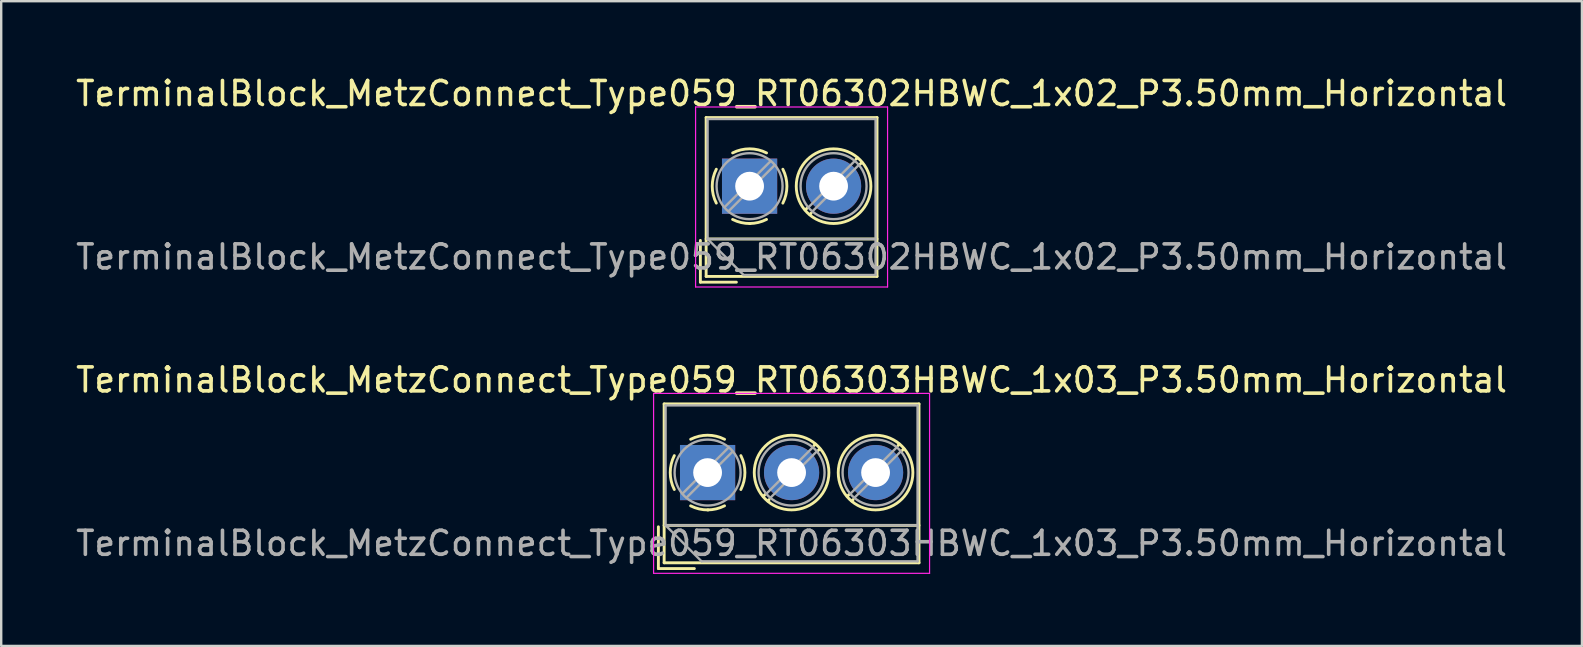
<source format=kicad_pcb>
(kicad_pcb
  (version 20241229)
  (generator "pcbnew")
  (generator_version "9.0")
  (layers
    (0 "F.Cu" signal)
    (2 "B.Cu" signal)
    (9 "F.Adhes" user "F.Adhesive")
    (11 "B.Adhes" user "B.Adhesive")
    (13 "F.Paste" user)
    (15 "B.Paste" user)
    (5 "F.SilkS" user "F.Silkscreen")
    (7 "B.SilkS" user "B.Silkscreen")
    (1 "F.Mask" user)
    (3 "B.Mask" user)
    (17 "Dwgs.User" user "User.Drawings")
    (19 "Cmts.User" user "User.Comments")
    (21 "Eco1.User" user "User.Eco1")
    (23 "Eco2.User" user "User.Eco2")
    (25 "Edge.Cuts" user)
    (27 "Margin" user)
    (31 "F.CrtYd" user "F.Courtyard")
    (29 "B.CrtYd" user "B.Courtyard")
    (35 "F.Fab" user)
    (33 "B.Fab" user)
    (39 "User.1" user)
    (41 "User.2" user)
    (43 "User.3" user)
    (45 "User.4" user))
  (footprint "TerminalBlock_MetzConnect_Type059_RT06303HBWC_1x03_P3.50mm_Horizontal"
    (layer "F.Cu")
    (at 26.435 16.642)
    (property "Reference" "TerminalBlock_MetzConnect_Type059_RT06303HBWC_1x03_P3.50mm_Horizontal" (at 3.5 -3.86 0) (layer "F.SilkS") (effects (font (size 1 1) (thickness 0.15))))
    (attr through_hole)
    (fp_line (start -2.05 2.26) (end -2.05 4) (stroke (width 0.12) (type solid)) (layer "F.SilkS"))
    (fp_line (start -2.05 4) (end -0.55 4) (stroke (width 0.12) (type solid)) (layer "F.SilkS"))
    (fp_line (start -1.81 -2.86) (end -1.81 3.76) (stroke (width 0.12) (type solid)) (layer "F.SilkS"))
    (fp_line (start -1.81 -2.86) (end 8.81 -2.86) (stroke (width 0.12) (type solid)) (layer "F.SilkS"))
    (fp_line (start -1.81 2.2) (end 8.81 2.2) (stroke (width 0.12) (type solid)) (layer "F.SilkS"))
    (fp_line (start -1.81 3.76) (end 8.81 3.76) (stroke (width 0.12) (type solid)) (layer "F.SilkS"))
    (fp_line (start 2.397 0.914) (end 2.321 0.99) (stroke (width 0.12) (type solid)) (layer "F.SilkS"))
    (fp_line (start 2.565 1.125) (end 2.511 1.18) (stroke (width 0.12) (type solid)) (layer "F.SilkS"))
    (fp_line (start 4.49 -1.18) (end 4.436 -1.126) (stroke (width 0.12) (type solid)) (layer "F.SilkS"))
    (fp_line (start 4.68 -0.99) (end 4.604 -0.914) (stroke (width 0.12) (type solid)) (layer "F.SilkS"))
    (fp_line (start 5.897 0.914) (end 5.821 0.99) (stroke (width 0.12) (type solid)) (layer "F.SilkS"))
    (fp_line (start 6.065 1.125) (end 6.011 1.18) (stroke (width 0.12) (type solid)) (layer "F.SilkS"))
    (fp_line (start 7.99 -1.18) (end 7.936 -1.126) (stroke (width 0.12) (type solid)) (layer "F.SilkS"))
    (fp_line (start 8.18 -0.99) (end 8.104 -0.914) (stroke (width 0.12) (type solid)) (layer "F.SilkS"))
    (fp_line (start 8.81 -2.86) (end 8.81 3.76) (stroke (width 0.12) (type solid)) (layer "F.SilkS"))
    (fp_arc (start -1.386645 0.705733) (mid -1.555906 -0.000711) (end -1.386 -0.707) (stroke (width 0.12) (type solid)) (layer "F.SilkS"))
    (fp_arc (start -0.705733 -1.386645) (mid 0.000711 -1.555906) (end 0.707 -1.386) (stroke (width 0.12) (type solid)) (layer "F.SilkS"))
    (fp_arc (start 0.026444 1.555682) (mid -0.350695 1.515869) (end -0.707 1.386) (stroke (width 0.12) (type solid)) (layer "F.SilkS"))
    (fp_arc (start 0.705955 1.385515) (mid 0.363007 1.512035) (end 0 1.555) (stroke (width 0.12) (type solid)) (layer "F.SilkS"))
    (fp_arc (start 1.386645 -0.705733) (mid 1.555906 0.000711) (end 1.386 0.707) (stroke (width 0.12) (type solid)) (layer "F.SilkS"))
    (fp_circle (center 3.5 0) (end 5.055 0) (stroke (width 0.12) (type solid)) (fill no) (layer "F.SilkS"))
    (fp_circle (center 7 0) (end 8.555 0) (stroke (width 0.12) (type solid)) (fill no) (layer "F.SilkS"))
    (fp_line (start -2.25 -3.3) (end -2.25 4.2) (stroke (width 0.05) (type solid)) (layer "F.CrtYd"))
    (fp_line (start -2.25 4.2) (end 9.25 4.2) (stroke (width 0.05) (type solid)) (layer "F.CrtYd"))
    (fp_line (start 9.25 -3.3) (end -2.25 -3.3) (stroke (width 0.05) (type solid)) (layer "F.CrtYd"))
    (fp_line (start 9.25 4.2) (end 9.25 -3.3) (stroke (width 0.05) (type solid)) (layer "F.CrtYd"))
    (fp_line (start -1.75 -2.8) (end 8.75 -2.8) (stroke (width 0.1) (type solid)) (layer "F.Fab"))
    (fp_line (start -1.75 2.2) (end -1.75 -2.8) (stroke (width 0.1) (type solid)) (layer "F.Fab"))
    (fp_line (start -1.75 2.2) (end 8.75 2.2) (stroke (width 0.1) (type solid)) (layer "F.Fab"))
    (fp_line (start -0.25 3.7) (end -1.75 2.2) (stroke (width 0.1) (type solid)) (layer "F.Fab"))
    (fp_line (start 0.876 -1.043) (end -1.043 0.875) (stroke (width 0.1) (type solid)) (layer "F.Fab"))
    (fp_line (start 1.043 -0.875) (end -0.876 1.043) (stroke (width 0.1) (type solid)) (layer "F.Fab"))
    (fp_line (start 4.376 -1.043) (end 2.458 0.875) (stroke (width 0.1) (type solid)) (layer "F.Fab"))
    (fp_line (start 4.543 -0.875) (end 2.625 1.043) (stroke (width 0.1) (type solid)) (layer "F.Fab"))
    (fp_line (start 7.876 -1.043) (end 5.958 0.875) (stroke (width 0.1) (type solid)) (layer "F.Fab"))
    (fp_line (start 8.043 -0.875) (end 6.125 1.043) (stroke (width 0.1) (type solid)) (layer "F.Fab"))
    (fp_line (start 8.75 -2.8) (end 8.75 3.7) (stroke (width 0.1) (type solid)) (layer "F.Fab"))
    (fp_line (start 8.75 3.7) (end -0.25 3.7) (stroke (width 0.1) (type solid)) (layer "F.Fab"))
    (fp_circle (center 0 0) (end 1.375 0) (stroke (width 0.1) (type solid)) (fill no) (layer "F.Fab"))
    (fp_circle (center 3.5 0) (end 4.875 0) (stroke (width 0.1) (type solid)) (fill no) (layer "F.Fab"))
    (fp_circle (center 7 0) (end 8.375 0) (stroke (width 0.1) (type solid)) (fill no) (layer "F.Fab"))
    (fp_text user "${REFERENCE}" (at 3.5 2.95 0) (layer "F.Fab") (effects (font (size 1 1) (thickness 0.15))))
    (pad "1" thru_hole rect (at 0 0) (size 2.3 2.3) (drill 1.2) (layers "*.Cu" "*.Mask"))
    (pad "2" thru_hole circle (at 3.5 0) (size 2.3 2.3) (drill 1.2) (layers "*.Cu" "*.Mask"))
    (pad "3" thru_hole circle (at 7 0) (size 2.3 2.3) (drill 1.2) (layers "*.Cu" "*.Mask")))
  (footprint "TerminalBlock_MetzConnect_Type059_RT06302HBWC_1x02_P3.50mm_Horizontal"
    (layer "F.Cu")
    (at 28.185 4.708)
    (property "Reference" "TerminalBlock_MetzConnect_Type059_RT06302HBWC_1x02_P3.50mm_Horizontal" (at 1.75 -3.86 0) (layer "F.SilkS") (effects (font (size 1 1) (thickness 0.15))))
    (attr through_hole)
    (fp_line (start -2.05 2.26) (end -2.05 4) (stroke (width 0.12) (type solid)) (layer "F.SilkS"))
    (fp_line (start -2.05 4) (end -0.55 4) (stroke (width 0.12) (type solid)) (layer "F.SilkS"))
    (fp_line (start -1.81 -2.86) (end -1.81 3.76) (stroke (width 0.12) (type solid)) (layer "F.SilkS"))
    (fp_line (start -1.81 -2.86) (end 5.31 -2.86) (stroke (width 0.12) (type solid)) (layer "F.SilkS"))
    (fp_line (start -1.81 2.2) (end 5.31 2.2) (stroke (width 0.12) (type solid)) (layer "F.SilkS"))
    (fp_line (start -1.81 3.76) (end 5.31 3.76) (stroke (width 0.12) (type solid)) (layer "F.SilkS"))
    (fp_line (start 2.397 0.914) (end 2.321 0.99) (stroke (width 0.12) (type solid)) (layer "F.SilkS"))
    (fp_line (start 2.565 1.125) (end 2.511 1.18) (stroke (width 0.12) (type solid)) (layer "F.SilkS"))
    (fp_line (start 4.49 -1.18) (end 4.436 -1.126) (stroke (width 0.12) (type solid)) (layer "F.SilkS"))
    (fp_line (start 4.68 -0.99) (end 4.604 -0.914) (stroke (width 0.12) (type solid)) (layer "F.SilkS"))
    (fp_line (start 5.31 -2.86) (end 5.31 3.76) (stroke (width 0.12) (type solid)) (layer "F.SilkS"))
    (fp_arc (start -1.386645 0.705733) (mid -1.555906 -0.000711) (end -1.386 -0.707) (stroke (width 0.12) (type solid)) (layer "F.SilkS"))
    (fp_arc (start -0.705733 -1.386645) (mid 0.000711 -1.555906) (end 0.707 -1.386) (stroke (width 0.12) (type solid)) (layer "F.SilkS"))
    (fp_arc (start 0.026444 1.555682) (mid -0.350695 1.515869) (end -0.707 1.386) (stroke (width 0.12) (type solid)) (layer "F.SilkS"))
    (fp_arc (start 0.705955 1.385515) (mid 0.363007 1.512035) (end 0 1.555) (stroke (width 0.12) (type solid)) (layer "F.SilkS"))
    (fp_arc (start 1.386645 -0.705733) (mid 1.555906 0.000711) (end 1.386 0.707) (stroke (width 0.12) (type solid)) (layer "F.SilkS"))
    (fp_circle (center 3.5 0) (end 5.055 0) (stroke (width 0.12) (type solid)) (fill no) (layer "F.SilkS"))
    (fp_line (start -2.25 -3.3) (end -2.25 4.2) (stroke (width 0.05) (type solid)) (layer "F.CrtYd"))
    (fp_line (start -2.25 4.2) (end 5.75 4.2) (stroke (width 0.05) (type solid)) (layer "F.CrtYd"))
    (fp_line (start 5.75 -3.3) (end -2.25 -3.3) (stroke (width 0.05) (type solid)) (layer "F.CrtYd"))
    (fp_line (start 5.75 4.2) (end 5.75 -3.3) (stroke (width 0.05) (type solid)) (layer "F.CrtYd"))
    (fp_line (start -1.75 -2.8) (end 5.25 -2.8) (stroke (width 0.1) (type solid)) (layer "F.Fab"))
    (fp_line (start -1.75 2.2) (end -1.75 -2.8) (stroke (width 0.1) (type solid)) (layer "F.Fab"))
    (fp_line (start -1.75 2.2) (end 5.25 2.2) (stroke (width 0.1) (type solid)) (layer "F.Fab"))
    (fp_line (start -0.25 3.7) (end -1.75 2.2) (stroke (width 0.1) (type solid)) (layer "F.Fab"))
    (fp_line (start 0.876 -1.043) (end -1.043 0.875) (stroke (width 0.1) (type solid)) (layer "F.Fab"))
    (fp_line (start 1.043 -0.875) (end -0.876 1.043) (stroke (width 0.1) (type solid)) (layer "F.Fab"))
    (fp_line (start 4.376 -1.043) (end 2.458 0.875) (stroke (width 0.1) (type solid)) (layer "F.Fab"))
    (fp_line (start 4.543 -0.875) (end 2.625 1.043) (stroke (width 0.1) (type solid)) (layer "F.Fab"))
    (fp_line (start 5.25 -2.8) (end 5.25 3.7) (stroke (width 0.1) (type solid)) (layer "F.Fab"))
    (fp_line (start 5.25 3.7) (end -0.25 3.7) (stroke (width 0.1) (type solid)) (layer "F.Fab"))
    (fp_circle (center 0 0) (end 1.375 0) (stroke (width 0.1) (type solid)) (fill no) (layer "F.Fab"))
    (fp_circle (center 3.5 0) (end 4.875 0) (stroke (width 0.1) (type solid)) (fill no) (layer "F.Fab"))
    (fp_text user "${REFERENCE}" (at 1.75 2.95 0) (layer "F.Fab") (effects (font (size 1 1) (thickness 0.15))))
    (pad "1" thru_hole rect (at 0 0) (size 2.3 2.3) (drill 1.2) (layers "*.Cu" "*.Mask"))
    (pad "2" thru_hole circle (at 3.5 0) (size 2.3 2.3) (drill 1.2) (layers "*.Cu" "*.Mask")))
  (gr_rect
    (start -3 -3)
    (end 62.869 23.866)
    (stroke (width 0.1) (type default))
    (fill no)
    (layer "Edge.Cuts")))
</source>
